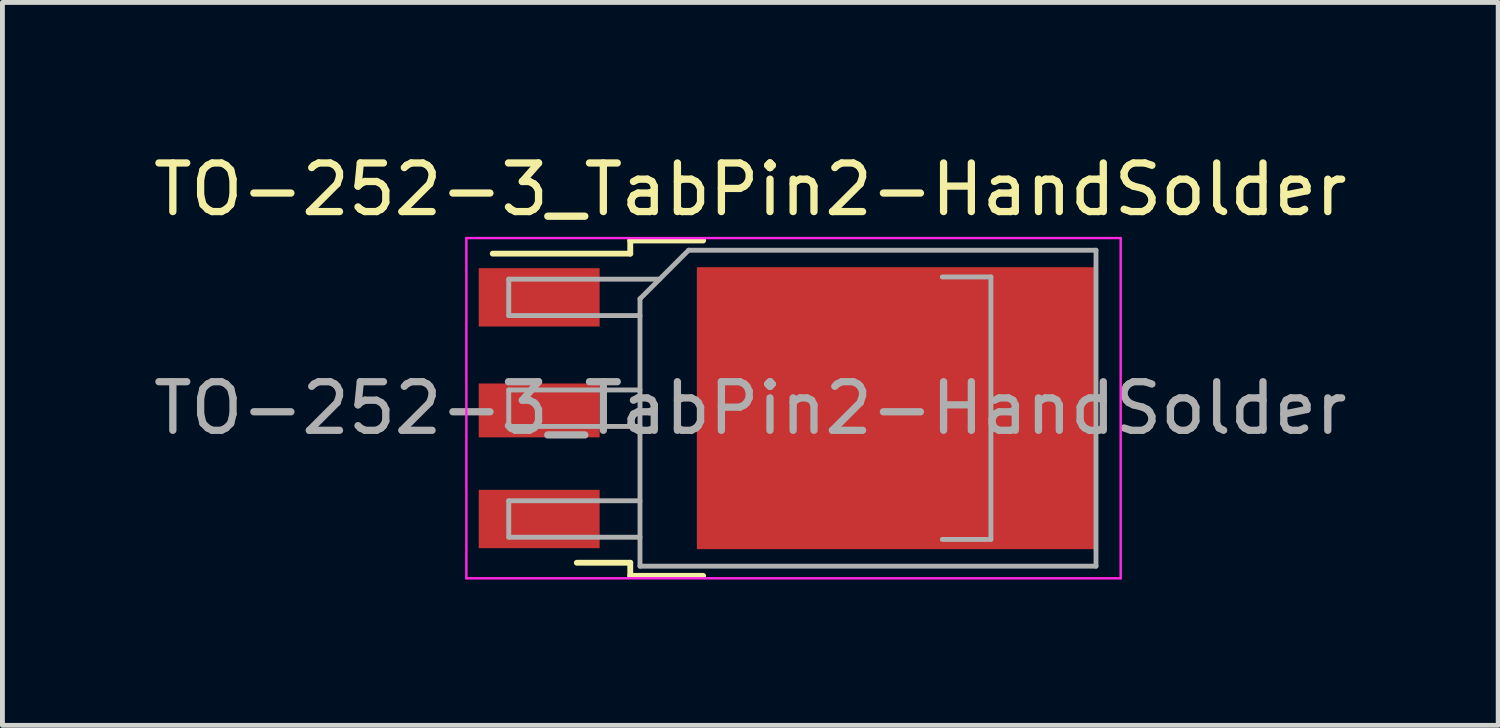
<source format=kicad_pcb>
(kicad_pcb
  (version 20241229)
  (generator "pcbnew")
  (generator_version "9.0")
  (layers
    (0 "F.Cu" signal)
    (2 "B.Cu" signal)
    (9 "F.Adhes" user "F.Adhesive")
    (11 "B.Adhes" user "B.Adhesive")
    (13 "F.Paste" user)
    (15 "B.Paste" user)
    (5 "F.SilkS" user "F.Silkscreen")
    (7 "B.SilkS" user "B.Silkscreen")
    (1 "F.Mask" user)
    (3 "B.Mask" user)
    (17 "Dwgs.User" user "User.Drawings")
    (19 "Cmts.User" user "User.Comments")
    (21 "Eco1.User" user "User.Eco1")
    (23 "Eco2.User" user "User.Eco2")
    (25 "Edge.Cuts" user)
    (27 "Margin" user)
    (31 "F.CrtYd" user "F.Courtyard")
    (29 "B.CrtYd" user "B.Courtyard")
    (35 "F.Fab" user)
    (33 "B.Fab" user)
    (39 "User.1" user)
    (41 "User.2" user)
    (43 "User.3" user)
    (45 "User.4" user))
  (footprint "TO-252-3_TabPin2-HandSolder"
    (layer "F.Cu")
    (at 12.387 5.348)
    (property "Reference" "TO-252-3_TabPin2-HandSolder" (at 0 -4.5 0) (layer "F.SilkS") (effects (font (size 1 1) (thickness 0.15))))
    (attr smd)
    (fp_line (start -2.47 -3.45) (end -2.47 -3.18) (stroke (width 0.12) (type solid)) (layer "F.SilkS"))
    (fp_line (start -2.47 -3.18) (end -5.3 -3.18) (stroke (width 0.12) (type solid)) (layer "F.SilkS"))
    (fp_line (start -2.47 3.18) (end -3.57 3.18) (stroke (width 0.12) (type solid)) (layer "F.SilkS"))
    (fp_line (start -2.47 3.45) (end -2.47 3.18) (stroke (width 0.12) (type solid)) (layer "F.SilkS"))
    (fp_line (start -0.97 -3.45) (end -2.47 -3.45) (stroke (width 0.12) (type solid)) (layer "F.SilkS"))
    (fp_line (start -0.97 3.45) (end -2.47 3.45) (stroke (width 0.12) (type solid)) (layer "F.SilkS"))
    (fp_line (start -5.842 -3.5) (end -5.842 3.5) (stroke (width 0.05) (type solid)) (layer "F.CrtYd"))
    (fp_line (start -5.842 3.5) (end 7.62 3.5) (stroke (width 0.05) (type solid)) (layer "F.CrtYd"))
    (fp_line (start 7.62 -3.5) (end -5.842 -3.5) (stroke (width 0.05) (type solid)) (layer "F.CrtYd"))
    (fp_line (start 7.62 3.5) (end 7.62 -3.5) (stroke (width 0.05) (type solid)) (layer "F.CrtYd"))
    (fp_line (start -4.97 -2.655) (end -4.97 -1.905) (stroke (width 0.1) (type solid)) (layer "F.Fab"))
    (fp_line (start -4.97 -1.905) (end -2.27 -1.905) (stroke (width 0.1) (type solid)) (layer "F.Fab"))
    (fp_line (start -4.97 -0.375) (end -4.97 0.375) (stroke (width 0.1) (type solid)) (layer "F.Fab"))
    (fp_line (start -4.97 0.375) (end -2.27 0.375) (stroke (width 0.1) (type solid)) (layer "F.Fab"))
    (fp_line (start -4.97 1.905) (end -4.97 2.655) (stroke (width 0.1) (type solid)) (layer "F.Fab"))
    (fp_line (start -4.97 2.655) (end -2.27 2.655) (stroke (width 0.1) (type solid)) (layer "F.Fab"))
    (fp_line (start -2.27 -2.25) (end -1.27 -3.25) (stroke (width 0.1) (type solid)) (layer "F.Fab"))
    (fp_line (start -2.27 -0.375) (end -4.97 -0.375) (stroke (width 0.1) (type solid)) (layer "F.Fab"))
    (fp_line (start -2.27 1.905) (end -4.97 1.905) (stroke (width 0.1) (type solid)) (layer "F.Fab"))
    (fp_line (start -2.27 3.25) (end -2.27 -2.25) (stroke (width 0.1) (type solid)) (layer "F.Fab"))
    (fp_line (start -1.865 -2.655) (end -4.97 -2.655) (stroke (width 0.1) (type solid)) (layer "F.Fab"))
    (fp_line (start -1.27 -3.25) (end 7.112 -3.25) (stroke (width 0.1) (type solid)) (layer "F.Fab"))
    (fp_line (start 3.95 -2.7) (end 4.95 -2.7) (stroke (width 0.1) (type solid)) (layer "F.Fab"))
    (fp_line (start 4.95 -2.7) (end 4.95 2.7) (stroke (width 0.1) (type solid)) (layer "F.Fab"))
    (fp_line (start 4.95 2.7) (end 3.95 2.7) (stroke (width 0.1) (type solid)) (layer "F.Fab"))
    (fp_line (start 7.112 -3.25) (end 7.112 3.25) (stroke (width 0.1) (type solid)) (layer "F.Fab"))
    (fp_line (start 7.112 3.25) (end -2.27 3.25) (stroke (width 0.1) (type solid)) (layer "F.Fab"))
    (fp_text user "${REFERENCE}" (at 0 0 0) (layer "F.Fab") (effects (font (size 1 1) (thickness 0.15))))
    (pad "" smd rect (at 0.425 -1.525) (size 3.05 2.75) (layers "F.Paste"))
    (pad "" smd rect (at 0.425 1.525) (size 3.05 2.75) (layers "F.Paste"))
    (pad "" smd rect (at 4.681 -1.525) (size 4.862 2.75) (layers "F.Paste"))
    (pad "" smd rect (at 4.681 1.525) (size 4.862 2.75) (layers "F.Paste"))
    (pad "1" smd rect (at -4.344 -2.28) (size 2.488 1.2) (layers "F.Cu" "F.Mask" "F.Paste"))
    (pad "2" smd rect (at -4.344 0.046) (size 2.488 1.108) (layers "F.Cu" "F.Mask" "F.Paste"))
    (pad "2" smd rect (at 3.006 0) (size 8.212 5.8) (layers "F.Cu" "F.Mask"))
    (pad "3" smd rect (at -4.344 2.28) (size 2.488 1.2) (layers "F.Cu" "F.Mask" "F.Paste")))
  (gr_rect
    (start -3 -3)
    (end 27.774 11.873)
    (stroke (width 0.1) (type default))
    (fill no)
    (layer "Edge.Cuts")))
</source>
